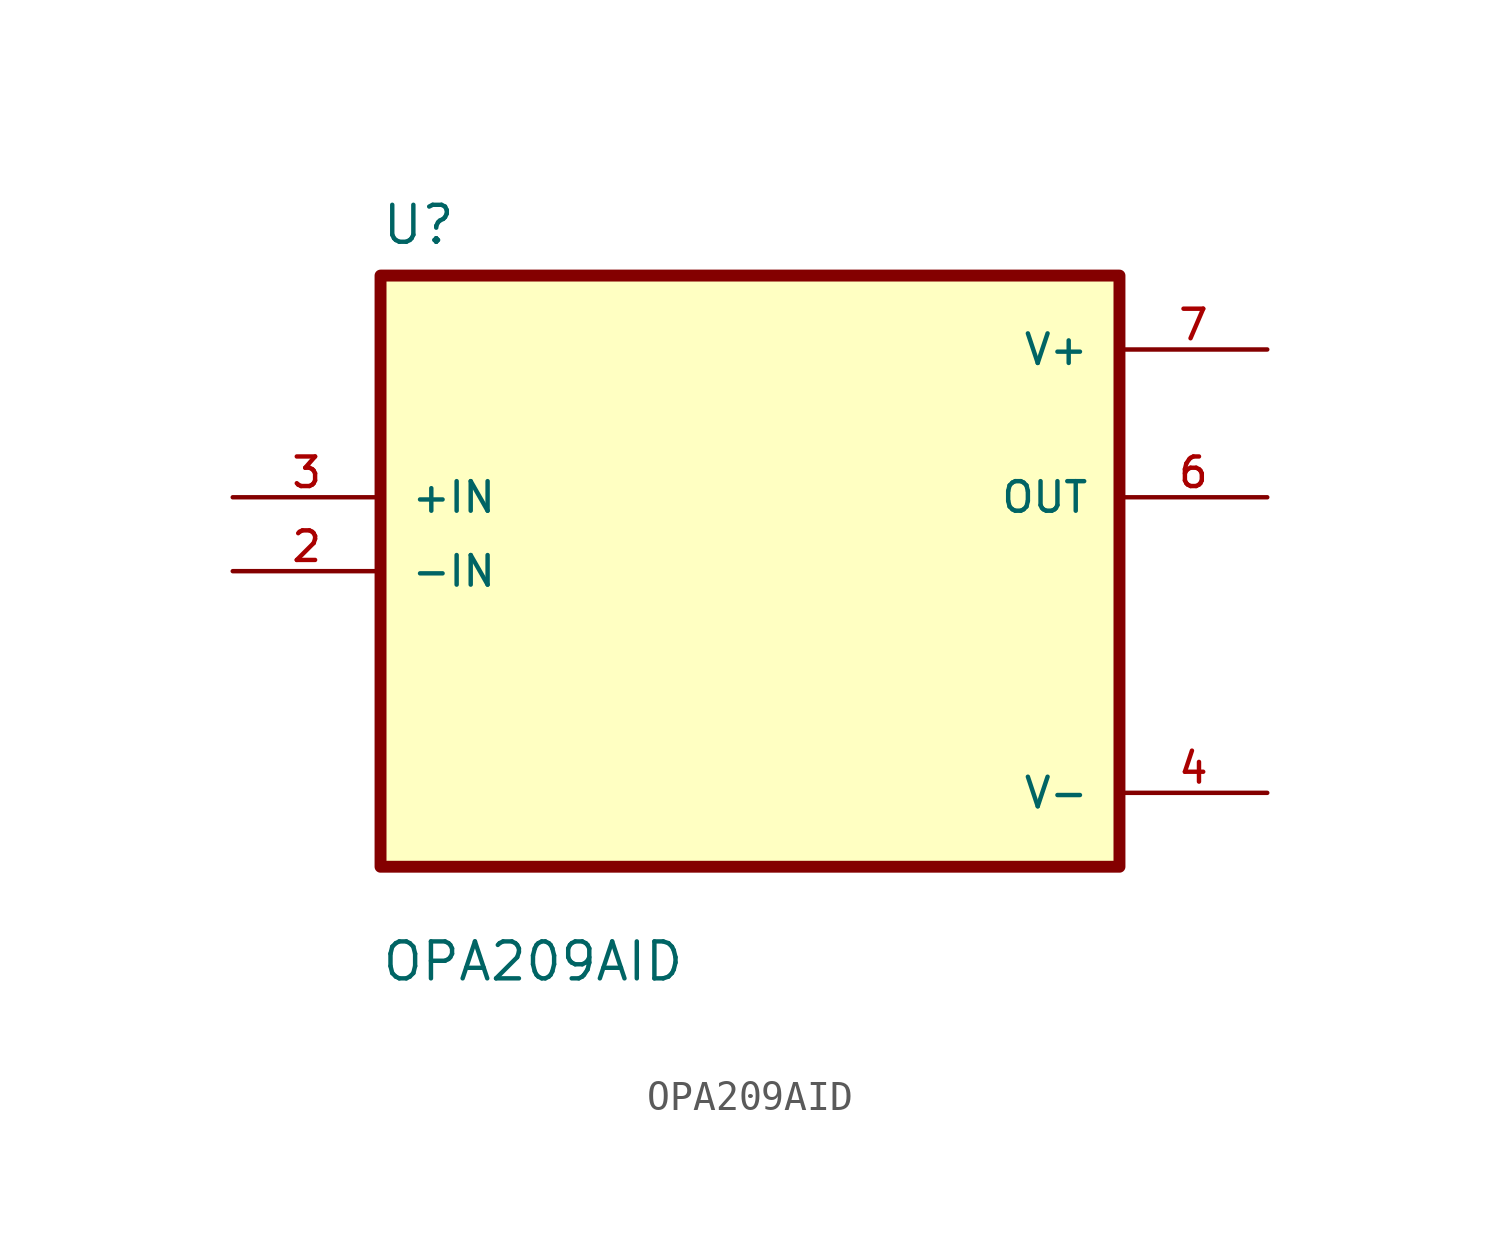
<source format=kicad_sym>
(kicad_symbol_lib
  (version 20211014)
  (generator kicad_symbol_editor)
  (symbol "OPA209AID"
    (pin_names
      (offset 1.016))
    (property "Reference" "U"
      (at -12.7 11.16 0.0)
      (effects (font (size 1.27 1.27)) (justify bottom left)))
    (property "Value" "OPA209AID"
      (at -12.7 -14.16 0.0)
      (effects (font (size 1.27 1.27)) (justify bottom left)))
    (symbol "OPA209AID_0_0"
      (rectangle (start -12.7 -10.16) (end 12.7 10.16) (stroke (width 0.41)) (fill (type background)))
      (pin input line (at -17.78 2.54 0) (length 5.08) (name "+IN" (effects (font (size 1.016 1.016)))) (number "3" (effects (font (size 1.016 1.016)))))
      (pin input line (at -17.78 0.0 0) (length 5.08) (name "-IN" (effects (font (size 1.016 1.016)))) (number "2" (effects (font (size 1.016 1.016)))))
      (pin power_in line (at 17.78 7.62 180.0) (length 5.08) (name "V+" (effects (font (size 1.016 1.016)))) (number "7" (effects (font (size 1.016 1.016)))))
      (pin output line (at 17.78 2.54 180.0) (length 5.08) (name "OUT" (effects (font (size 1.016 1.016)))) (number "6" (effects (font (size 1.016 1.016)))))
      (pin power_in line (at 17.78 -7.62 180.0) (length 5.08) (name "V-" (effects (font (size 1.016 1.016)))) (number "4" (effects (font (size 1.016 1.016))))))))
</source>
